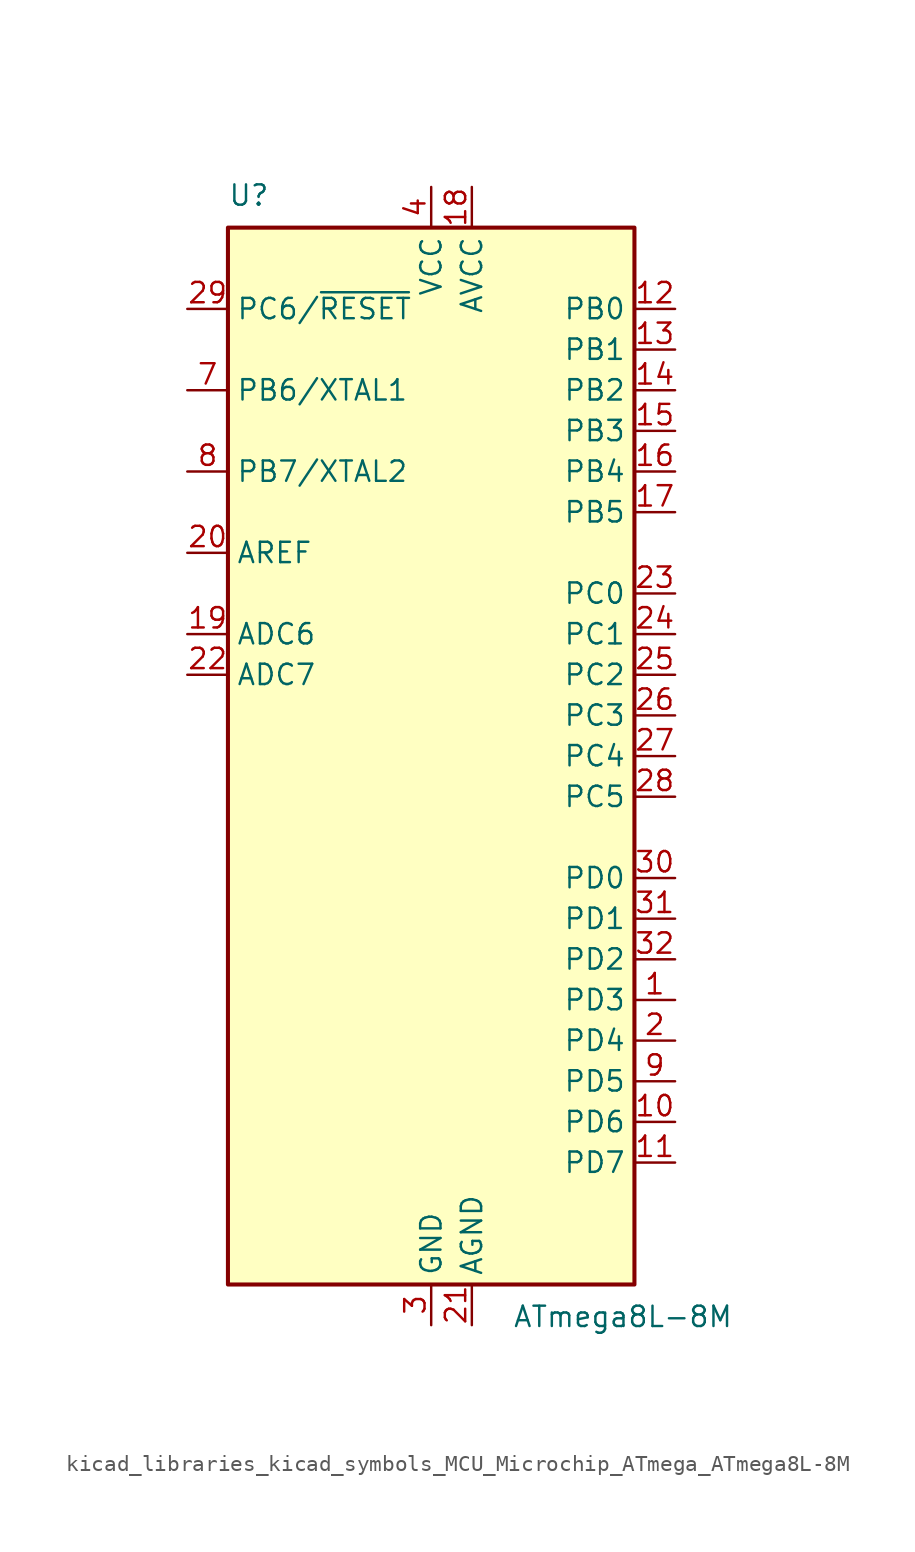
<source format=kicad_sym>
(kicad_symbol_lib
  (version 20220914)
  (generator kicad_symbol_editor)
  (symbol "kicad_libraries_kicad_symbols_MCU_Microchip_ATmega_ATmega8L-8M"
    (property "Reference" "U"
      (at -12.7 34.29 0)
      (effects (font (size 1.27 1.27)) (justify left bottom)))
    (property "Value" "ATmega8L-8M"
      (at 5.08 -34.29 0)
      (effects (font (size 1.27 1.27)) (justify left top)))
    (symbol "kicad_libraries_kicad_symbols_MCU_Microchip_ATmega_ATmega8L-8M_0_1"
      (rectangle (start -12.7 -33.02) (end 12.7 33.02) (stroke (width 0.254) (type default)) (fill (type background))))
    (symbol "kicad_libraries_kicad_symbols_MCU_Microchip_ATmega_ATmega8L-8M_1_1"
      (pin bidirectional line (at 15.24 -15.24 180) (length 2.54) (name "PD3" (effects (font (size 1.27 1.27)))) (number "1" (effects (font (size 1.27 1.27)))))
      (pin bidirectional line (at 15.24 -22.86 180) (length 2.54) (name "PD6" (effects (font (size 1.27 1.27)))) (number "10" (effects (font (size 1.27 1.27)))))
      (pin bidirectional line (at 15.24 -25.4 180) (length 2.54) (name "PD7" (effects (font (size 1.27 1.27)))) (number "11" (effects (font (size 1.27 1.27)))))
      (pin bidirectional line (at 15.24 27.94 180) (length 2.54) (name "PB0" (effects (font (size 1.27 1.27)))) (number "12" (effects (font (size 1.27 1.27)))))
      (pin bidirectional line (at 15.24 25.4 180) (length 2.54) (name "PB1" (effects (font (size 1.27 1.27)))) (number "13" (effects (font (size 1.27 1.27)))))
      (pin bidirectional line (at 15.24 22.86 180) (length 2.54) (name "PB2" (effects (font (size 1.27 1.27)))) (number "14" (effects (font (size 1.27 1.27)))))
      (pin bidirectional line (at 15.24 20.32 180) (length 2.54) (name "PB3" (effects (font (size 1.27 1.27)))) (number "15" (effects (font (size 1.27 1.27)))))
      (pin bidirectional line (at 15.24 17.78 180) (length 2.54) (name "PB4" (effects (font (size 1.27 1.27)))) (number "16" (effects (font (size 1.27 1.27)))))
      (pin bidirectional line (at 15.24 15.24 180) (length 2.54) (name "PB5" (effects (font (size 1.27 1.27)))) (number "17" (effects (font (size 1.27 1.27)))))
      (pin power_in line (at 2.54 35.56 270) (length 2.54) (name "AVCC" (effects (font (size 1.27 1.27)))) (number "18" (effects (font (size 1.27 1.27)))))
      (pin input line (at -15.24 7.62 0) (length 2.54) (name "ADC6" (effects (font (size 1.27 1.27)))) (number "19" (effects (font (size 1.27 1.27)))))
      (pin bidirectional line (at 15.24 -17.78 180) (length 2.54) (name "PD4" (effects (font (size 1.27 1.27)))) (number "2" (effects (font (size 1.27 1.27)))))
      (pin passive line (at -15.24 12.7 0) (length 2.54) (name "AREF" (effects (font (size 1.27 1.27)))) (number "20" (effects (font (size 1.27 1.27)))))
      (pin power_in line (at 2.54 -35.56 90) (length 2.54) (name "AGND" (effects (font (size 1.27 1.27)))) (number "21" (effects (font (size 1.27 1.27)))))
      (pin input line (at -15.24 5.08 0) (length 2.54) (name "ADC7" (effects (font (size 1.27 1.27)))) (number "22" (effects (font (size 1.27 1.27)))))
      (pin bidirectional line (at 15.24 10.16 180) (length 2.54) (name "PC0" (effects (font (size 1.27 1.27)))) (number "23" (effects (font (size 1.27 1.27)))))
      (pin bidirectional line (at 15.24 7.62 180) (length 2.54) (name "PC1" (effects (font (size 1.27 1.27)))) (number "24" (effects (font (size 1.27 1.27)))))
      (pin bidirectional line (at 15.24 5.08 180) (length 2.54) (name "PC2" (effects (font (size 1.27 1.27)))) (number "25" (effects (font (size 1.27 1.27)))))
      (pin bidirectional line (at 15.24 2.54 180) (length 2.54) (name "PC3" (effects (font (size 1.27 1.27)))) (number "26" (effects (font (size 1.27 1.27)))))
      (pin bidirectional line (at 15.24 0 180) (length 2.54) (name "PC4" (effects (font (size 1.27 1.27)))) (number "27" (effects (font (size 1.27 1.27)))))
      (pin bidirectional line (at 15.24 -2.54 180) (length 2.54) (name "PC5" (effects (font (size 1.27 1.27)))) (number "28" (effects (font (size 1.27 1.27)))))
      (pin bidirectional line (at -15.24 27.94 0) (length 2.54) (name "PC6/~{RESET}" (effects (font (size 1.27 1.27)))) (number "29" (effects (font (size 1.27 1.27)))))
      (pin power_in line (at 0 -35.56 90) (length 2.54) (name "GND" (effects (font (size 1.27 1.27)))) (number "3" (effects (font (size 1.27 1.27)))))
      (pin bidirectional line (at 15.24 -7.62 180) (length 2.54) (name "PD0" (effects (font (size 1.27 1.27)))) (number "30" (effects (font (size 1.27 1.27)))))
      (pin bidirectional line (at 15.24 -10.16 180) (length 2.54) (name "PD1" (effects (font (size 1.27 1.27)))) (number "31" (effects (font (size 1.27 1.27)))))
      (pin bidirectional line (at 15.24 -12.7 180) (length 2.54) (name "PD2" (effects (font (size 1.27 1.27)))) (number "32" (effects (font (size 1.27 1.27)))))
      (pin passive line (at 0 -35.56 90) (length 2.54) hide (name "GND" (effects (font (size 1.27 1.27)))) (number "33" (effects (font (size 1.27 1.27)))))
      (pin power_in line (at 0 35.56 270) (length 2.54) (name "VCC" (effects (font (size 1.27 1.27)))) (number "4" (effects (font (size 1.27 1.27)))))
      (pin passive line (at 0 -35.56 90) (length 2.54) hide (name "GND" (effects (font (size 1.27 1.27)))) (number "5" (effects (font (size 1.27 1.27)))))
      (pin passive line (at 0 35.56 270) (length 2.54) hide (name "VCC" (effects (font (size 1.27 1.27)))) (number "6" (effects (font (size 1.27 1.27)))))
      (pin bidirectional line (at -15.24 22.86 0) (length 2.54) (name "PB6/XTAL1" (effects (font (size 1.27 1.27)))) (number "7" (effects (font (size 1.27 1.27)))))
      (pin bidirectional line (at -15.24 17.78 0) (length 2.54) (name "PB7/XTAL2" (effects (font (size 1.27 1.27)))) (number "8" (effects (font (size 1.27 1.27)))))
      (pin bidirectional line (at 15.24 -20.32 180) (length 2.54) (name "PD5" (effects (font (size 1.27 1.27)))) (number "9" (effects (font (size 1.27 1.27))))))))
</source>
